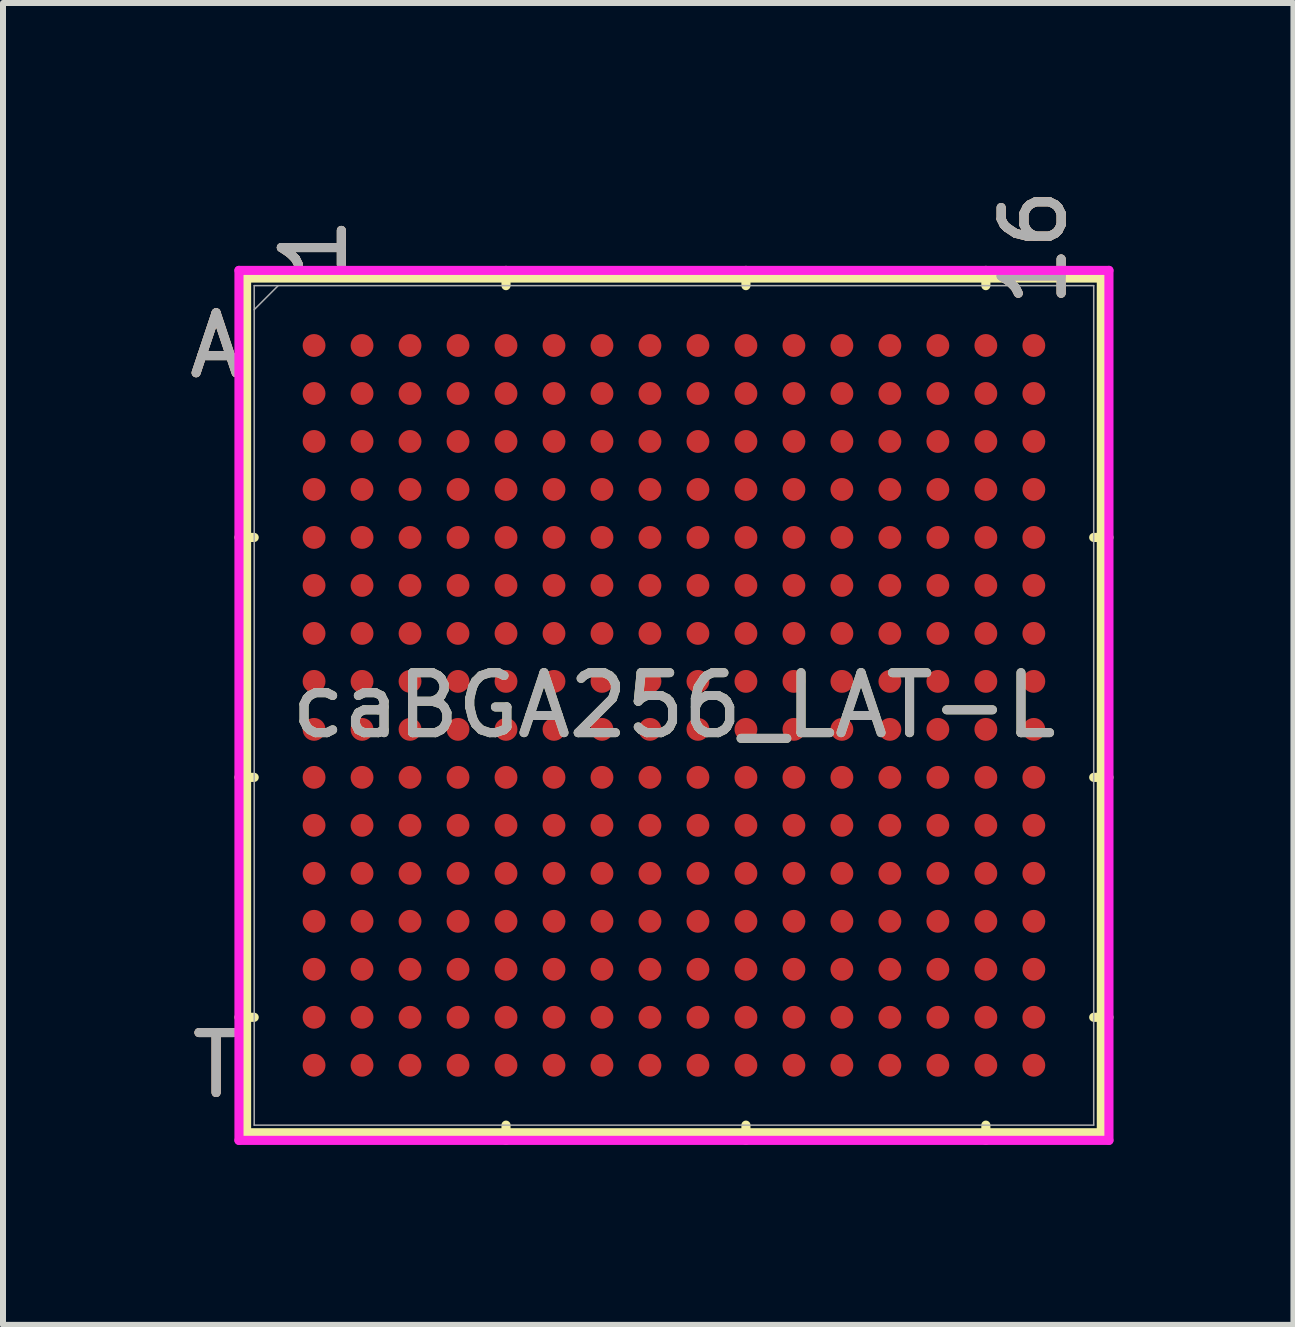
<source format=kicad_pcb>
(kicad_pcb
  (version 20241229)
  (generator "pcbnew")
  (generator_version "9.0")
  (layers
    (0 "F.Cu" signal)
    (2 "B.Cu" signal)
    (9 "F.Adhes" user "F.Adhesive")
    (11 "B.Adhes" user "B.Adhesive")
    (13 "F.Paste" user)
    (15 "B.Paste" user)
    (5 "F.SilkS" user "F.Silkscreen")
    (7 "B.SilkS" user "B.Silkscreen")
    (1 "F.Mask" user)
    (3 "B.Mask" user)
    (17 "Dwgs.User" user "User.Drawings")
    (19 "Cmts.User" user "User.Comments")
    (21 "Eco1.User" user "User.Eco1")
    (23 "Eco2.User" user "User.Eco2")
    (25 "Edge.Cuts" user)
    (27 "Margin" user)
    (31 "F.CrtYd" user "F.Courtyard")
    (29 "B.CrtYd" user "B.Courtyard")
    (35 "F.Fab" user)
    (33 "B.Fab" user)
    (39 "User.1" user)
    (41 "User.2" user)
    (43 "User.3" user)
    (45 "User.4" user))
  (footprint "caBGA256_LAT-L"
    (layer "F.Cu")
    (at 8.186 8.71)
    (property "Reference" "caBGA256_LAT-L" (at 0 0 0) (unlocked yes) (layer "F.SilkS") (effects (font (size 1 1) (thickness 0.15))))
    (attr smd)
    (fp_line (start -7.125 -7.125) (end -7.125 7.125) (stroke (width 0.152) (type solid)) (layer "F.SilkS"))
    (fp_line (start -7.125 7.125) (end 7.125 7.125) (stroke (width 0.152) (type solid)) (layer "F.SilkS"))
    (fp_line (start -6.998 -2.8) (end -7.252 -2.8) (stroke (width 0.152) (type solid)) (layer "F.SilkS"))
    (fp_line (start -6.998 1.2) (end -7.252 1.2) (stroke (width 0.152) (type solid)) (layer "F.SilkS"))
    (fp_line (start -6.998 5.2) (end -7.252 5.2) (stroke (width 0.152) (type solid)) (layer "F.SilkS"))
    (fp_line (start -2.8 -6.998) (end -2.8 -7.252) (stroke (width 0.152) (type solid)) (layer "F.SilkS"))
    (fp_line (start -2.8 6.998) (end -2.8 7.252) (stroke (width 0.152) (type solid)) (layer "F.SilkS"))
    (fp_line (start 1.2 -6.998) (end 1.2 -7.252) (stroke (width 0.152) (type solid)) (layer "F.SilkS"))
    (fp_line (start 1.2 6.998) (end 1.2 7.252) (stroke (width 0.152) (type solid)) (layer "F.SilkS"))
    (fp_line (start 5.2 -6.998) (end 5.2 -7.252) (stroke (width 0.152) (type solid)) (layer "F.SilkS"))
    (fp_line (start 5.2 6.998) (end 5.2 7.252) (stroke (width 0.152) (type solid)) (layer "F.SilkS"))
    (fp_line (start 6.998 -2.8) (end 7.252 -2.8) (stroke (width 0.152) (type solid)) (layer "F.SilkS"))
    (fp_line (start 6.998 1.2) (end 7.252 1.2) (stroke (width 0.152) (type solid)) (layer "F.SilkS"))
    (fp_line (start 6.998 5.2) (end 7.252 5.2) (stroke (width 0.152) (type solid)) (layer "F.SilkS"))
    (fp_line (start 7.125 -7.125) (end -7.125 -7.125) (stroke (width 0.152) (type solid)) (layer "F.SilkS"))
    (fp_line (start 7.125 7.125) (end 7.125 -7.125) (stroke (width 0.152) (type solid)) (layer "F.SilkS"))
    (fp_poly (pts (xy -6.844 -6.844) (xy 6.844 -6.844) (xy 6.844 6.844) (xy -6.844 6.844)) (stroke (width 0.1) (type solid)) (fill no) (layer "Eco2.User"))
    (fp_line (start -7.252 -7.252) (end 7.252 -7.252) (stroke (width 0.152) (type solid)) (layer "F.CrtYd"))
    (fp_line (start -7.252 7.252) (end -7.252 -7.252) (stroke (width 0.152) (type solid)) (layer "F.CrtYd"))
    (fp_line (start 7.252 -7.252) (end 7.252 7.252) (stroke (width 0.152) (type solid)) (layer "F.CrtYd"))
    (fp_line (start 7.252 7.252) (end -7.252 7.252) (stroke (width 0.152) (type solid)) (layer "F.CrtYd"))
    (fp_line (start -6.998 -6.998) (end -6.998 6.998) (stroke (width 0.025) (type solid)) (layer "F.Fab"))
    (fp_line (start -6.998 6.998) (end 6.998 6.998) (stroke (width 0.025) (type solid)) (layer "F.Fab"))
    (fp_line (start -6.598 -6.998) (end -6.998 -6.598) (stroke (width 0.025) (type solid)) (layer "F.Fab"))
    (fp_line (start 6.998 -6.998) (end -6.998 -6.998) (stroke (width 0.025) (type solid)) (layer "F.Fab"))
    (fp_line (start 6.998 6.998) (end 6.998 -6.998) (stroke (width 0.025) (type solid)) (layer "F.Fab"))
    (fp_text user "T" (at -7.633 6 0) (unlocked yes) (layer "F.SilkS") (effects (font (size 1 1) (thickness 0.15))))
    (fp_text user "A" (at -7.633 -6 0) (unlocked yes) (layer "F.SilkS") (effects (font (size 1 1) (thickness 0.15))))
    (fp_text user "1" (at -6 -7.633 90) (unlocked yes) (layer "F.SilkS") (effects (font (size 1 1) (thickness 0.15))))
    (fp_text user "16" (at 6 -7.633 90) (unlocked yes) (layer "F.SilkS") (effects (font (size 1 1) (thickness 0.15))))
    (fp_text user "T" (at -7.633 6 0) (unlocked yes) (layer "B.SilkS") (effects (font (size 1 1) (thickness 0.15))))
    (fp_text user "A" (at -7.633 -6 0) (unlocked yes) (layer "B.SilkS") (effects (font (size 1 1) (thickness 0.15))))
    (fp_text user "16" (at 6 -7.633 90) (unlocked yes) (layer "B.SilkS") (effects (font (size 1 1) (thickness 0.15))))
    (fp_text user "1" (at -6 -7.633 90) (unlocked yes) (layer "B.SilkS") (effects (font (size 1 1) (thickness 0.15))))
    (fp_text user "T" (at -7.633 6 0) (unlocked yes) (layer "F.Fab") (effects (font (size 1 1) (thickness 0.15))))
    (fp_text user "1" (at -6 -7.633 90) (unlocked yes) (layer "F.Fab") (effects (font (size 1 1) (thickness 0.15))))
    (fp_text user "A" (at -7.633 -6 0) (unlocked yes) (layer "F.Fab") (effects (font (size 1 1) (thickness 0.15))))
    (fp_text user "16" (at 6 -7.633 90) (unlocked yes) (layer "F.Fab") (effects (font (size 1 1) (thickness 0.15))))
    (fp_text user "${REFERENCE}" (at 0 0 0) (unlocked yes) (layer "F.Fab") (effects (font (size 1 1) (thickness 0.15))))
    (pad "A1" smd circle (at -6 -6) (size 0.381 0.381) (layers "F.Cu" "F.Mask" "F.Paste"))
    (pad "A2" smd circle (at -5.2 -6) (size 0.381 0.381) (layers "F.Cu" "F.Mask" "F.Paste"))
    (pad "A3" smd circle (at -4.4 -6) (size 0.381 0.381) (layers "F.Cu" "F.Mask" "F.Paste"))
    (pad "A4" smd circle (at -3.6 -6) (size 0.381 0.381) (layers "F.Cu" "F.Mask" "F.Paste"))
    (pad "A5" smd circle (at -2.8 -6) (size 0.381 0.381) (layers "F.Cu" "F.Mask" "F.Paste"))
    (pad "A6" smd circle (at -2 -6) (size 0.381 0.381) (layers "F.Cu" "F.Mask" "F.Paste"))
    (pad "A7" smd circle (at -1.2 -6) (size 0.381 0.381) (layers "F.Cu" "F.Mask" "F.Paste"))
    (pad "A8" smd circle (at -0.4 -6) (size 0.381 0.381) (layers "F.Cu" "F.Mask" "F.Paste"))
    (pad "A9" smd circle (at 0.4 -6) (size 0.381 0.381) (layers "F.Cu" "F.Mask" "F.Paste"))
    (pad "A10" smd circle (at 1.2 -6) (size 0.381 0.381) (layers "F.Cu" "F.Mask" "F.Paste"))
    (pad "A11" smd circle (at 2 -6) (size 0.381 0.381) (layers "F.Cu" "F.Mask" "F.Paste"))
    (pad "A12" smd circle (at 2.8 -6) (size 0.381 0.381) (layers "F.Cu" "F.Mask" "F.Paste"))
    (pad "A13" smd circle (at 3.6 -6) (size 0.381 0.381) (layers "F.Cu" "F.Mask" "F.Paste"))
    (pad "A14" smd circle (at 4.4 -6) (size 0.381 0.381) (layers "F.Cu" "F.Mask" "F.Paste"))
    (pad "A15" smd circle (at 5.2 -6) (size 0.381 0.381) (layers "F.Cu" "F.Mask" "F.Paste"))
    (pad "A16" smd circle (at 6 -6) (size 0.381 0.381) (layers "F.Cu" "F.Mask" "F.Paste"))
    (pad "B1" smd circle (at -6 -5.2) (size 0.381 0.381) (layers "F.Cu" "F.Mask" "F.Paste"))
    (pad "B2" smd circle (at -5.2 -5.2) (size 0.381 0.381) (layers "F.Cu" "F.Mask" "F.Paste"))
    (pad "B3" smd circle (at -4.4 -5.2) (size 0.381 0.381) (layers "F.Cu" "F.Mask" "F.Paste"))
    (pad "B4" smd circle (at -3.6 -5.2) (size 0.381 0.381) (layers "F.Cu" "F.Mask" "F.Paste"))
    (pad "B5" smd circle (at -2.8 -5.2) (size 0.381 0.381) (layers "F.Cu" "F.Mask" "F.Paste"))
    (pad "B6" smd circle (at -2 -5.2) (size 0.381 0.381) (layers "F.Cu" "F.Mask" "F.Paste"))
    (pad "B7" smd circle (at -1.2 -5.2) (size 0.381 0.381) (layers "F.Cu" "F.Mask" "F.Paste"))
    (pad "B8" smd circle (at -0.4 -5.2) (size 0.381 0.381) (layers "F.Cu" "F.Mask" "F.Paste"))
    (pad "B9" smd circle (at 0.4 -5.2) (size 0.381 0.381) (layers "F.Cu" "F.Mask" "F.Paste"))
    (pad "B10" smd circle (at 1.2 -5.2) (size 0.381 0.381) (layers "F.Cu" "F.Mask" "F.Paste"))
    (pad "B11" smd circle (at 2 -5.2) (size 0.381 0.381) (layers "F.Cu" "F.Mask" "F.Paste"))
    (pad "B12" smd circle (at 2.8 -5.2) (size 0.381 0.381) (layers "F.Cu" "F.Mask" "F.Paste"))
    (pad "B13" smd circle (at 3.6 -5.2) (size 0.381 0.381) (layers "F.Cu" "F.Mask" "F.Paste"))
    (pad "B14" smd circle (at 4.4 -5.2) (size 0.381 0.381) (layers "F.Cu" "F.Mask" "F.Paste"))
    (pad "B15" smd circle (at 5.2 -5.2) (size 0.381 0.381) (layers "F.Cu" "F.Mask" "F.Paste"))
    (pad "B16" smd circle (at 6 -5.2) (size 0.381 0.381) (layers "F.Cu" "F.Mask" "F.Paste"))
    (pad "C1" smd circle (at -6 -4.4) (size 0.381 0.381) (layers "F.Cu" "F.Mask" "F.Paste"))
    (pad "C2" smd circle (at -5.2 -4.4) (size 0.381 0.381) (layers "F.Cu" "F.Mask" "F.Paste"))
    (pad "C3" smd circle (at -4.4 -4.4) (size 0.381 0.381) (layers "F.Cu" "F.Mask" "F.Paste"))
    (pad "C4" smd circle (at -3.6 -4.4) (size 0.381 0.381) (layers "F.Cu" "F.Mask" "F.Paste"))
    (pad "C5" smd circle (at -2.8 -4.4) (size 0.381 0.381) (layers "F.Cu" "F.Mask" "F.Paste"))
    (pad "C6" smd circle (at -2 -4.4) (size 0.381 0.381) (layers "F.Cu" "F.Mask" "F.Paste"))
    (pad "C7" smd circle (at -1.2 -4.4) (size 0.381 0.381) (layers "F.Cu" "F.Mask" "F.Paste"))
    (pad "C8" smd circle (at -0.4 -4.4) (size 0.381 0.381) (layers "F.Cu" "F.Mask" "F.Paste"))
    (pad "C9" smd circle (at 0.4 -4.4) (size 0.381 0.381) (layers "F.Cu" "F.Mask" "F.Paste"))
    (pad "C10" smd circle (at 1.2 -4.4) (size 0.381 0.381) (layers "F.Cu" "F.Mask" "F.Paste"))
    (pad "C11" smd circle (at 2 -4.4) (size 0.381 0.381) (layers "F.Cu" "F.Mask" "F.Paste"))
    (pad "C12" smd circle (at 2.8 -4.4) (size 0.381 0.381) (layers "F.Cu" "F.Mask" "F.Paste"))
    (pad "C13" smd circle (at 3.6 -4.4) (size 0.381 0.381) (layers "F.Cu" "F.Mask" "F.Paste"))
    (pad "C14" smd circle (at 4.4 -4.4) (size 0.381 0.381) (layers "F.Cu" "F.Mask" "F.Paste"))
    (pad "C15" smd circle (at 5.2 -4.4) (size 0.381 0.381) (layers "F.Cu" "F.Mask" "F.Paste"))
    (pad "C16" smd circle (at 6 -4.4) (size 0.381 0.381) (layers "F.Cu" "F.Mask" "F.Paste"))
    (pad "D1" smd circle (at -6 -3.6) (size 0.381 0.381) (layers "F.Cu" "F.Mask" "F.Paste"))
    (pad "D2" smd circle (at -5.2 -3.6) (size 0.381 0.381) (layers "F.Cu" "F.Mask" "F.Paste"))
    (pad "D3" smd circle (at -4.4 -3.6) (size 0.381 0.381) (layers "F.Cu" "F.Mask" "F.Paste"))
    (pad "D4" smd circle (at -3.6 -3.6) (size 0.381 0.381) (layers "F.Cu" "F.Mask" "F.Paste"))
    (pad "D5" smd circle (at -2.8 -3.6) (size 0.381 0.381) (layers "F.Cu" "F.Mask" "F.Paste"))
    (pad "D6" smd circle (at -2 -3.6) (size 0.381 0.381) (layers "F.Cu" "F.Mask" "F.Paste"))
    (pad "D7" smd circle (at -1.2 -3.6) (size 0.381 0.381) (layers "F.Cu" "F.Mask" "F.Paste"))
    (pad "D8" smd circle (at -0.4 -3.6) (size 0.381 0.381) (layers "F.Cu" "F.Mask" "F.Paste"))
    (pad "D9" smd circle (at 0.4 -3.6) (size 0.381 0.381) (layers "F.Cu" "F.Mask" "F.Paste"))
    (pad "D10" smd circle (at 1.2 -3.6) (size 0.381 0.381) (layers "F.Cu" "F.Mask" "F.Paste"))
    (pad "D11" smd circle (at 2 -3.6) (size 0.381 0.381) (layers "F.Cu" "F.Mask" "F.Paste"))
    (pad "D12" smd circle (at 2.8 -3.6) (size 0.381 0.381) (layers "F.Cu" "F.Mask" "F.Paste"))
    (pad "D13" smd circle (at 3.6 -3.6) (size 0.381 0.381) (layers "F.Cu" "F.Mask" "F.Paste"))
    (pad "D14" smd circle (at 4.4 -3.6) (size 0.381 0.381) (layers "F.Cu" "F.Mask" "F.Paste"))
    (pad "D15" smd circle (at 5.2 -3.6) (size 0.381 0.381) (layers "F.Cu" "F.Mask" "F.Paste"))
    (pad "D16" smd circle (at 6 -3.6) (size 0.381 0.381) (layers "F.Cu" "F.Mask" "F.Paste"))
    (pad "E1" smd circle (at -6 -2.8) (size 0.381 0.381) (layers "F.Cu" "F.Mask" "F.Paste"))
    (pad "E2" smd circle (at -5.2 -2.8) (size 0.381 0.381) (layers "F.Cu" "F.Mask" "F.Paste"))
    (pad "E3" smd circle (at -4.4 -2.8) (size 0.381 0.381) (layers "F.Cu" "F.Mask" "F.Paste"))
    (pad "E4" smd circle (at -3.6 -2.8) (size 0.381 0.381) (layers "F.Cu" "F.Mask" "F.Paste"))
    (pad "E5" smd circle (at -2.8 -2.8) (size 0.381 0.381) (layers "F.Cu" "F.Mask" "F.Paste"))
    (pad "E6" smd circle (at -2 -2.8) (size 0.381 0.381) (layers "F.Cu" "F.Mask" "F.Paste"))
    (pad "E7" smd circle (at -1.2 -2.8) (size 0.381 0.381) (layers "F.Cu" "F.Mask" "F.Paste"))
    (pad "E8" smd circle (at -0.4 -2.8) (size 0.381 0.381) (layers "F.Cu" "F.Mask" "F.Paste"))
    (pad "E9" smd circle (at 0.4 -2.8) (size 0.381 0.381) (layers "F.Cu" "F.Mask" "F.Paste"))
    (pad "E10" smd circle (at 1.2 -2.8) (size 0.381 0.381) (layers "F.Cu" "F.Mask" "F.Paste"))
    (pad "E11" smd circle (at 2 -2.8) (size 0.381 0.381) (layers "F.Cu" "F.Mask" "F.Paste"))
    (pad "E12" smd circle (at 2.8 -2.8) (size 0.381 0.381) (layers "F.Cu" "F.Mask" "F.Paste"))
    (pad "E13" smd circle (at 3.6 -2.8) (size 0.381 0.381) (layers "F.Cu" "F.Mask" "F.Paste"))
    (pad "E14" smd circle (at 4.4 -2.8) (size 0.381 0.381) (layers "F.Cu" "F.Mask" "F.Paste"))
    (pad "E15" smd circle (at 5.2 -2.8) (size 0.381 0.381) (layers "F.Cu" "F.Mask" "F.Paste"))
    (pad "E16" smd circle (at 6 -2.8) (size 0.381 0.381) (layers "F.Cu" "F.Mask" "F.Paste"))
    (pad "F1" smd circle (at -6 -2) (size 0.381 0.381) (layers "F.Cu" "F.Mask" "F.Paste"))
    (pad "F2" smd circle (at -5.2 -2) (size 0.381 0.381) (layers "F.Cu" "F.Mask" "F.Paste"))
    (pad "F3" smd circle (at -4.4 -2) (size 0.381 0.381) (layers "F.Cu" "F.Mask" "F.Paste"))
    (pad "F4" smd circle (at -3.6 -2) (size 0.381 0.381) (layers "F.Cu" "F.Mask" "F.Paste"))
    (pad "F5" smd circle (at -2.8 -2) (size 0.381 0.381) (layers "F.Cu" "F.Mask" "F.Paste"))
    (pad "F6" smd circle (at -2 -2) (size 0.381 0.381) (layers "F.Cu" "F.Mask" "F.Paste"))
    (pad "F7" smd circle (at -1.2 -2) (size 0.381 0.381) (layers "F.Cu" "F.Mask" "F.Paste"))
    (pad "F8" smd circle (at -0.4 -2) (size 0.381 0.381) (layers "F.Cu" "F.Mask" "F.Paste"))
    (pad "F9" smd circle (at 0.4 -2) (size 0.381 0.381) (layers "F.Cu" "F.Mask" "F.Paste"))
    (pad "F10" smd circle (at 1.2 -2) (size 0.381 0.381) (layers "F.Cu" "F.Mask" "F.Paste"))
    (pad "F11" smd circle (at 2 -2) (size 0.381 0.381) (layers "F.Cu" "F.Mask" "F.Paste"))
    (pad "F12" smd circle (at 2.8 -2) (size 0.381 0.381) (layers "F.Cu" "F.Mask" "F.Paste"))
    (pad "F13" smd circle (at 3.6 -2) (size 0.381 0.381) (layers "F.Cu" "F.Mask" "F.Paste"))
    (pad "F14" smd circle (at 4.4 -2) (size 0.381 0.381) (layers "F.Cu" "F.Mask" "F.Paste"))
    (pad "F15" smd circle (at 5.2 -2) (size 0.381 0.381) (layers "F.Cu" "F.Mask" "F.Paste"))
    (pad "F16" smd circle (at 6 -2) (size 0.381 0.381) (layers "F.Cu" "F.Mask" "F.Paste"))
    (pad "G1" smd circle (at -6 -1.2) (size 0.381 0.381) (layers "F.Cu" "F.Mask" "F.Paste"))
    (pad "G2" smd circle (at -5.2 -1.2) (size 0.381 0.381) (layers "F.Cu" "F.Mask" "F.Paste"))
    (pad "G3" smd circle (at -4.4 -1.2) (size 0.381 0.381) (layers "F.Cu" "F.Mask" "F.Paste"))
    (pad "G4" smd circle (at -3.6 -1.2) (size 0.381 0.381) (layers "F.Cu" "F.Mask" "F.Paste"))
    (pad "G5" smd circle (at -2.8 -1.2) (size 0.381 0.381) (layers "F.Cu" "F.Mask" "F.Paste"))
    (pad "G6" smd circle (at -2 -1.2) (size 0.381 0.381) (layers "F.Cu" "F.Mask" "F.Paste"))
    (pad "G7" smd circle (at -1.2 -1.2) (size 0.381 0.381) (layers "F.Cu" "F.Mask" "F.Paste"))
    (pad "G8" smd circle (at -0.4 -1.2) (size 0.381 0.381) (layers "F.Cu" "F.Mask" "F.Paste"))
    (pad "G9" smd circle (at 0.4 -1.2) (size 0.381 0.381) (layers "F.Cu" "F.Mask" "F.Paste"))
    (pad "G10" smd circle (at 1.2 -1.2) (size 0.381 0.381) (layers "F.Cu" "F.Mask" "F.Paste"))
    (pad "G11" smd circle (at 2 -1.2) (size 0.381 0.381) (layers "F.Cu" "F.Mask" "F.Paste"))
    (pad "G12" smd circle (at 2.8 -1.2) (size 0.381 0.381) (layers "F.Cu" "F.Mask" "F.Paste"))
    (pad "G13" smd circle (at 3.6 -1.2) (size 0.381 0.381) (layers "F.Cu" "F.Mask" "F.Paste"))
    (pad "G14" smd circle (at 4.4 -1.2) (size 0.381 0.381) (layers "F.Cu" "F.Mask" "F.Paste"))
    (pad "G15" smd circle (at 5.2 -1.2) (size 0.381 0.381) (layers "F.Cu" "F.Mask" "F.Paste"))
    (pad "G16" smd circle (at 6 -1.2) (size 0.381 0.381) (layers "F.Cu" "F.Mask" "F.Paste"))
    (pad "H1" smd circle (at -6 -0.4) (size 0.381 0.381) (layers "F.Cu" "F.Mask" "F.Paste"))
    (pad "H2" smd circle (at -5.2 -0.4) (size 0.381 0.381) (layers "F.Cu" "F.Mask" "F.Paste"))
    (pad "H3" smd circle (at -4.4 -0.4) (size 0.381 0.381) (layers "F.Cu" "F.Mask" "F.Paste"))
    (pad "H4" smd circle (at -3.6 -0.4) (size 0.381 0.381) (layers "F.Cu" "F.Mask" "F.Paste"))
    (pad "H5" smd circle (at -2.8 -0.4) (size 0.381 0.381) (layers "F.Cu" "F.Mask" "F.Paste"))
    (pad "H6" smd circle (at -2 -0.4) (size 0.381 0.381) (layers "F.Cu" "F.Mask" "F.Paste"))
    (pad "H7" smd circle (at -1.2 -0.4) (size 0.381 0.381) (layers "F.Cu" "F.Mask" "F.Paste"))
    (pad "H8" smd circle (at -0.4 -0.4) (size 0.381 0.381) (layers "F.Cu" "F.Mask" "F.Paste"))
    (pad "H9" smd circle (at 0.4 -0.4) (size 0.381 0.381) (layers "F.Cu" "F.Mask" "F.Paste"))
    (pad "H10" smd circle (at 1.2 -0.4) (size 0.381 0.381) (layers "F.Cu" "F.Mask" "F.Paste"))
    (pad "H11" smd circle (at 2 -0.4) (size 0.381 0.381) (layers "F.Cu" "F.Mask" "F.Paste"))
    (pad "H12" smd circle (at 2.8 -0.4) (size 0.381 0.381) (layers "F.Cu" "F.Mask" "F.Paste"))
    (pad "H13" smd circle (at 3.6 -0.4) (size 0.381 0.381) (layers "F.Cu" "F.Mask" "F.Paste"))
    (pad "H14" smd circle (at 4.4 -0.4) (size 0.381 0.381) (layers "F.Cu" "F.Mask" "F.Paste"))
    (pad "H15" smd circle (at 5.2 -0.4) (size 0.381 0.381) (layers "F.Cu" "F.Mask" "F.Paste"))
    (pad "H16" smd circle (at 6 -0.4) (size 0.381 0.381) (layers "F.Cu" "F.Mask" "F.Paste"))
    (pad "J1" smd circle (at -6 0.4) (size 0.381 0.381) (layers "F.Cu" "F.Mask" "F.Paste"))
    (pad "J2" smd circle (at -5.2 0.4) (size 0.381 0.381) (layers "F.Cu" "F.Mask" "F.Paste"))
    (pad "J3" smd circle (at -4.4 0.4) (size 0.381 0.381) (layers "F.Cu" "F.Mask" "F.Paste"))
    (pad "J4" smd circle (at -3.6 0.4) (size 0.381 0.381) (layers "F.Cu" "F.Mask" "F.Paste"))
    (pad "J5" smd circle (at -2.8 0.4) (size 0.381 0.381) (layers "F.Cu" "F.Mask" "F.Paste"))
    (pad "J6" smd circle (at -2 0.4) (size 0.381 0.381) (layers "F.Cu" "F.Mask" "F.Paste"))
    (pad "J7" smd circle (at -1.2 0.4) (size 0.381 0.381) (layers "F.Cu" "F.Mask" "F.Paste"))
    (pad "J8" smd circle (at -0.4 0.4) (size 0.381 0.381) (layers "F.Cu" "F.Mask" "F.Paste"))
    (pad "J9" smd circle (at 0.4 0.4) (size 0.381 0.381) (layers "F.Cu" "F.Mask" "F.Paste"))
    (pad "J10" smd circle (at 1.2 0.4) (size 0.381 0.381) (layers "F.Cu" "F.Mask" "F.Paste"))
    (pad "J11" smd circle (at 2 0.4) (size 0.381 0.381) (layers "F.Cu" "F.Mask" "F.Paste"))
    (pad "J12" smd circle (at 2.8 0.4) (size 0.381 0.381) (layers "F.Cu" "F.Mask" "F.Paste"))
    (pad "J13" smd circle (at 3.6 0.4) (size 0.381 0.381) (layers "F.Cu" "F.Mask" "F.Paste"))
    (pad "J14" smd circle (at 4.4 0.4) (size 0.381 0.381) (layers "F.Cu" "F.Mask" "F.Paste"))
    (pad "J15" smd circle (at 5.2 0.4) (size 0.381 0.381) (layers "F.Cu" "F.Mask" "F.Paste"))
    (pad "J16" smd circle (at 6 0.4) (size 0.381 0.381) (layers "F.Cu" "F.Mask" "F.Paste"))
    (pad "K1" smd circle (at -6 1.2) (size 0.381 0.381) (layers "F.Cu" "F.Mask" "F.Paste"))
    (pad "K2" smd circle (at -5.2 1.2) (size 0.381 0.381) (layers "F.Cu" "F.Mask" "F.Paste"))
    (pad "K3" smd circle (at -4.4 1.2) (size 0.381 0.381) (layers "F.Cu" "F.Mask" "F.Paste"))
    (pad "K4" smd circle (at -3.6 1.2) (size 0.381 0.381) (layers "F.Cu" "F.Mask" "F.Paste"))
    (pad "K5" smd circle (at -2.8 1.2) (size 0.381 0.381) (layers "F.Cu" "F.Mask" "F.Paste"))
    (pad "K6" smd circle (at -2 1.2) (size 0.381 0.381) (layers "F.Cu" "F.Mask" "F.Paste"))
    (pad "K7" smd circle (at -1.2 1.2) (size 0.381 0.381) (layers "F.Cu" "F.Mask" "F.Paste"))
    (pad "K8" smd circle (at -0.4 1.2) (size 0.381 0.381) (layers "F.Cu" "F.Mask" "F.Paste"))
    (pad "K9" smd circle (at 0.4 1.2) (size 0.381 0.381) (layers "F.Cu" "F.Mask" "F.Paste"))
    (pad "K10" smd circle (at 1.2 1.2) (size 0.381 0.381) (layers "F.Cu" "F.Mask" "F.Paste"))
    (pad "K11" smd circle (at 2 1.2) (size 0.381 0.381) (layers "F.Cu" "F.Mask" "F.Paste"))
    (pad "K12" smd circle (at 2.8 1.2) (size 0.381 0.381) (layers "F.Cu" "F.Mask" "F.Paste"))
    (pad "K13" smd circle (at 3.6 1.2) (size 0.381 0.381) (layers "F.Cu" "F.Mask" "F.Paste"))
    (pad "K14" smd circle (at 4.4 1.2) (size 0.381 0.381) (layers "F.Cu" "F.Mask" "F.Paste"))
    (pad "K15" smd circle (at 5.2 1.2) (size 0.381 0.381) (layers "F.Cu" "F.Mask" "F.Paste"))
    (pad "K16" smd circle (at 6 1.2) (size 0.381 0.381) (layers "F.Cu" "F.Mask" "F.Paste"))
    (pad "L1" smd circle (at -6 2) (size 0.381 0.381) (layers "F.Cu" "F.Mask" "F.Paste"))
    (pad "L2" smd circle (at -5.2 2) (size 0.381 0.381) (layers "F.Cu" "F.Mask" "F.Paste"))
    (pad "L3" smd circle (at -4.4 2) (size 0.381 0.381) (layers "F.Cu" "F.Mask" "F.Paste"))
    (pad "L4" smd circle (at -3.6 2) (size 0.381 0.381) (layers "F.Cu" "F.Mask" "F.Paste"))
    (pad "L5" smd circle (at -2.8 2) (size 0.381 0.381) (layers "F.Cu" "F.Mask" "F.Paste"))
    (pad "L6" smd circle (at -2 2) (size 0.381 0.381) (layers "F.Cu" "F.Mask" "F.Paste"))
    (pad "L7" smd circle (at -1.2 2) (size 0.381 0.381) (layers "F.Cu" "F.Mask" "F.Paste"))
    (pad "L8" smd circle (at -0.4 2) (size 0.381 0.381) (layers "F.Cu" "F.Mask" "F.Paste"))
    (pad "L9" smd circle (at 0.4 2) (size 0.381 0.381) (layers "F.Cu" "F.Mask" "F.Paste"))
    (pad "L10" smd circle (at 1.2 2) (size 0.381 0.381) (layers "F.Cu" "F.Mask" "F.Paste"))
    (pad "L11" smd circle (at 2 2) (size 0.381 0.381) (layers "F.Cu" "F.Mask" "F.Paste"))
    (pad "L12" smd circle (at 2.8 2) (size 0.381 0.381) (layers "F.Cu" "F.Mask" "F.Paste"))
    (pad "L13" smd circle (at 3.6 2) (size 0.381 0.381) (layers "F.Cu" "F.Mask" "F.Paste"))
    (pad "L14" smd circle (at 4.4 2) (size 0.381 0.381) (layers "F.Cu" "F.Mask" "F.Paste"))
    (pad "L15" smd circle (at 5.2 2) (size 0.381 0.381) (layers "F.Cu" "F.Mask" "F.Paste"))
    (pad "L16" smd circle (at 6 2) (size 0.381 0.381) (layers "F.Cu" "F.Mask" "F.Paste"))
    (pad "M1" smd circle (at -6 2.8) (size 0.381 0.381) (layers "F.Cu" "F.Mask" "F.Paste"))
    (pad "M2" smd circle (at -5.2 2.8) (size 0.381 0.381) (layers "F.Cu" "F.Mask" "F.Paste"))
    (pad "M3" smd circle (at -4.4 2.8) (size 0.381 0.381) (layers "F.Cu" "F.Mask" "F.Paste"))
    (pad "M4" smd circle (at -3.6 2.8) (size 0.381 0.381) (layers "F.Cu" "F.Mask" "F.Paste"))
    (pad "M5" smd circle (at -2.8 2.8) (size 0.381 0.381) (layers "F.Cu" "F.Mask" "F.Paste"))
    (pad "M6" smd circle (at -2 2.8) (size 0.381 0.381) (layers "F.Cu" "F.Mask" "F.Paste"))
    (pad "M7" smd circle (at -1.2 2.8) (size 0.381 0.381) (layers "F.Cu" "F.Mask" "F.Paste"))
    (pad "M8" smd circle (at -0.4 2.8) (size 0.381 0.381) (layers "F.Cu" "F.Mask" "F.Paste"))
    (pad "M9" smd circle (at 0.4 2.8) (size 0.381 0.381) (layers "F.Cu" "F.Mask" "F.Paste"))
    (pad "M10" smd circle (at 1.2 2.8) (size 0.381 0.381) (layers "F.Cu" "F.Mask" "F.Paste"))
    (pad "M11" smd circle (at 2 2.8) (size 0.381 0.381) (layers "F.Cu" "F.Mask" "F.Paste"))
    (pad "M12" smd circle (at 2.8 2.8) (size 0.381 0.381) (layers "F.Cu" "F.Mask" "F.Paste"))
    (pad "M13" smd circle (at 3.6 2.8) (size 0.381 0.381) (layers "F.Cu" "F.Mask" "F.Paste"))
    (pad "M14" smd circle (at 4.4 2.8) (size 0.381 0.381) (layers "F.Cu" "F.Mask" "F.Paste"))
    (pad "M15" smd circle (at 5.2 2.8) (size 0.381 0.381) (layers "F.Cu" "F.Mask" "F.Paste"))
    (pad "M16" smd circle (at 6 2.8) (size 0.381 0.381) (layers "F.Cu" "F.Mask" "F.Paste"))
    (pad "N1" smd circle (at -6 3.6) (size 0.381 0.381) (layers "F.Cu" "F.Mask" "F.Paste"))
    (pad "N2" smd circle (at -5.2 3.6) (size 0.381 0.381) (layers "F.Cu" "F.Mask" "F.Paste"))
    (pad "N3" smd circle (at -4.4 3.6) (size 0.381 0.381) (layers "F.Cu" "F.Mask" "F.Paste"))
    (pad "N4" smd circle (at -3.6 3.6) (size 0.381 0.381) (layers "F.Cu" "F.Mask" "F.Paste"))
    (pad "N5" smd circle (at -2.8 3.6) (size 0.381 0.381) (layers "F.Cu" "F.Mask" "F.Paste"))
    (pad "N6" smd circle (at -2 3.6) (size 0.381 0.381) (layers "F.Cu" "F.Mask" "F.Paste"))
    (pad "N7" smd circle (at -1.2 3.6) (size 0.381 0.381) (layers "F.Cu" "F.Mask" "F.Paste"))
    (pad "N8" smd circle (at -0.4 3.6) (size 0.381 0.381) (layers "F.Cu" "F.Mask" "F.Paste"))
    (pad "N9" smd circle (at 0.4 3.6) (size 0.381 0.381) (layers "F.Cu" "F.Mask" "F.Paste"))
    (pad "N10" smd circle (at 1.2 3.6) (size 0.381 0.381) (layers "F.Cu" "F.Mask" "F.Paste"))
    (pad "N11" smd circle (at 2 3.6) (size 0.381 0.381) (layers "F.Cu" "F.Mask" "F.Paste"))
    (pad "N12" smd circle (at 2.8 3.6) (size 0.381 0.381) (layers "F.Cu" "F.Mask" "F.Paste"))
    (pad "N13" smd circle (at 3.6 3.6) (size 0.381 0.381) (layers "F.Cu" "F.Mask" "F.Paste"))
    (pad "N14" smd circle (at 4.4 3.6) (size 0.381 0.381) (layers "F.Cu" "F.Mask" "F.Paste"))
    (pad "N15" smd circle (at 5.2 3.6) (size 0.381 0.381) (layers "F.Cu" "F.Mask" "F.Paste"))
    (pad "N16" smd circle (at 6 3.6) (size 0.381 0.381) (layers "F.Cu" "F.Mask" "F.Paste"))
    (pad "P1" smd circle (at -6 4.4) (size 0.381 0.381) (layers "F.Cu" "F.Mask" "F.Paste"))
    (pad "P2" smd circle (at -5.2 4.4) (size 0.381 0.381) (layers "F.Cu" "F.Mask" "F.Paste"))
    (pad "P3" smd circle (at -4.4 4.4) (size 0.381 0.381) (layers "F.Cu" "F.Mask" "F.Paste"))
    (pad "P4" smd circle (at -3.6 4.4) (size 0.381 0.381) (layers "F.Cu" "F.Mask" "F.Paste"))
    (pad "P5" smd circle (at -2.8 4.4) (size 0.381 0.381) (layers "F.Cu" "F.Mask" "F.Paste"))
    (pad "P6" smd circle (at -2 4.4) (size 0.381 0.381) (layers "F.Cu" "F.Mask" "F.Paste"))
    (pad "P7" smd circle (at -1.2 4.4) (size 0.381 0.381) (layers "F.Cu" "F.Mask" "F.Paste"))
    (pad "P8" smd circle (at -0.4 4.4) (size 0.381 0.381) (layers "F.Cu" "F.Mask" "F.Paste"))
    (pad "P9" smd circle (at 0.4 4.4) (size 0.381 0.381) (layers "F.Cu" "F.Mask" "F.Paste"))
    (pad "P10" smd circle (at 1.2 4.4) (size 0.381 0.381) (layers "F.Cu" "F.Mask" "F.Paste"))
    (pad "P11" smd circle (at 2 4.4) (size 0.381 0.381) (layers "F.Cu" "F.Mask" "F.Paste"))
    (pad "P12" smd circle (at 2.8 4.4) (size 0.381 0.381) (layers "F.Cu" "F.Mask" "F.Paste"))
    (pad "P13" smd circle (at 3.6 4.4) (size 0.381 0.381) (layers "F.Cu" "F.Mask" "F.Paste"))
    (pad "P14" smd circle (at 4.4 4.4) (size 0.381 0.381) (layers "F.Cu" "F.Mask" "F.Paste"))
    (pad "P15" smd circle (at 5.2 4.4) (size 0.381 0.381) (layers "F.Cu" "F.Mask" "F.Paste"))
    (pad "P16" smd circle (at 6 4.4) (size 0.381 0.381) (layers "F.Cu" "F.Mask" "F.Paste"))
    (pad "R1" smd circle (at -6 5.2) (size 0.381 0.381) (layers "F.Cu" "F.Mask" "F.Paste"))
    (pad "R2" smd circle (at -5.2 5.2) (size 0.381 0.381) (layers "F.Cu" "F.Mask" "F.Paste"))
    (pad "R3" smd circle (at -4.4 5.2) (size 0.381 0.381) (layers "F.Cu" "F.Mask" "F.Paste"))
    (pad "R4" smd circle (at -3.6 5.2) (size 0.381 0.381) (layers "F.Cu" "F.Mask" "F.Paste"))
    (pad "R5" smd circle (at -2.8 5.2) (size 0.381 0.381) (layers "F.Cu" "F.Mask" "F.Paste"))
    (pad "R6" smd circle (at -2 5.2) (size 0.381 0.381) (layers "F.Cu" "F.Mask" "F.Paste"))
    (pad "R7" smd circle (at -1.2 5.2) (size 0.381 0.381) (layers "F.Cu" "F.Mask" "F.Paste"))
    (pad "R8" smd circle (at -0.4 5.2) (size 0.381 0.381) (layers "F.Cu" "F.Mask" "F.Paste"))
    (pad "R9" smd circle (at 0.4 5.2) (size 0.381 0.381) (layers "F.Cu" "F.Mask" "F.Paste"))
    (pad "R10" smd circle (at 1.2 5.2) (size 0.381 0.381) (layers "F.Cu" "F.Mask" "F.Paste"))
    (pad "R11" smd circle (at 2 5.2) (size 0.381 0.381) (layers "F.Cu" "F.Mask" "F.Paste"))
    (pad "R12" smd circle (at 2.8 5.2) (size 0.381 0.381) (layers "F.Cu" "F.Mask" "F.Paste"))
    (pad "R13" smd circle (at 3.6 5.2) (size 0.381 0.381) (layers "F.Cu" "F.Mask" "F.Paste"))
    (pad "R14" smd circle (at 4.4 5.2) (size 0.381 0.381) (layers "F.Cu" "F.Mask" "F.Paste"))
    (pad "R15" smd circle (at 5.2 5.2) (size 0.381 0.381) (layers "F.Cu" "F.Mask" "F.Paste"))
    (pad "R16" smd circle (at 6 5.2) (size 0.381 0.381) (layers "F.Cu" "F.Mask" "F.Paste"))
    (pad "T1" smd circle (at -6 6) (size 0.381 0.381) (layers "F.Cu" "F.Mask" "F.Paste"))
    (pad "T2" smd circle (at -5.2 6) (size 0.381 0.381) (layers "F.Cu" "F.Mask" "F.Paste"))
    (pad "T3" smd circle (at -4.4 6) (size 0.381 0.381) (layers "F.Cu" "F.Mask" "F.Paste"))
    (pad "T4" smd circle (at -3.6 6) (size 0.381 0.381) (layers "F.Cu" "F.Mask" "F.Paste"))
    (pad "T5" smd circle (at -2.8 6) (size 0.381 0.381) (layers "F.Cu" "F.Mask" "F.Paste"))
    (pad "T6" smd circle (at -2 6) (size 0.381 0.381) (layers "F.Cu" "F.Mask" "F.Paste"))
    (pad "T7" smd circle (at -1.2 6) (size 0.381 0.381) (layers "F.Cu" "F.Mask" "F.Paste"))
    (pad "T8" smd circle (at -0.4 6) (size 0.381 0.381) (layers "F.Cu" "F.Mask" "F.Paste"))
    (pad "T9" smd circle (at 0.4 6) (size 0.381 0.381) (layers "F.Cu" "F.Mask" "F.Paste"))
    (pad "T10" smd circle (at 1.2 6) (size 0.381 0.381) (layers "F.Cu" "F.Mask" "F.Paste"))
    (pad "T11" smd circle (at 2 6) (size 0.381 0.381) (layers "F.Cu" "F.Mask" "F.Paste"))
    (pad "T12" smd circle (at 2.8 6) (size 0.381 0.381) (layers "F.Cu" "F.Mask" "F.Paste"))
    (pad "T13" smd circle (at 3.6 6) (size 0.381 0.381) (layers "F.Cu" "F.Mask" "F.Paste"))
    (pad "T14" smd circle (at 4.4 6) (size 0.381 0.381) (layers "F.Cu" "F.Mask" "F.Paste"))
    (pad "T15" smd circle (at 5.2 6) (size 0.381 0.381) (layers "F.Cu" "F.Mask" "F.Paste"))
    (pad "T16" smd circle (at 6 6) (size 0.381 0.381) (layers "F.Cu" "F.Mask" "F.Paste")))
  (gr_rect
    (start -3 -3)
    (end 18.514 19.038)
    (stroke (width 0.1) (type default))
    (fill no)
    (layer "Edge.Cuts")))
</source>
